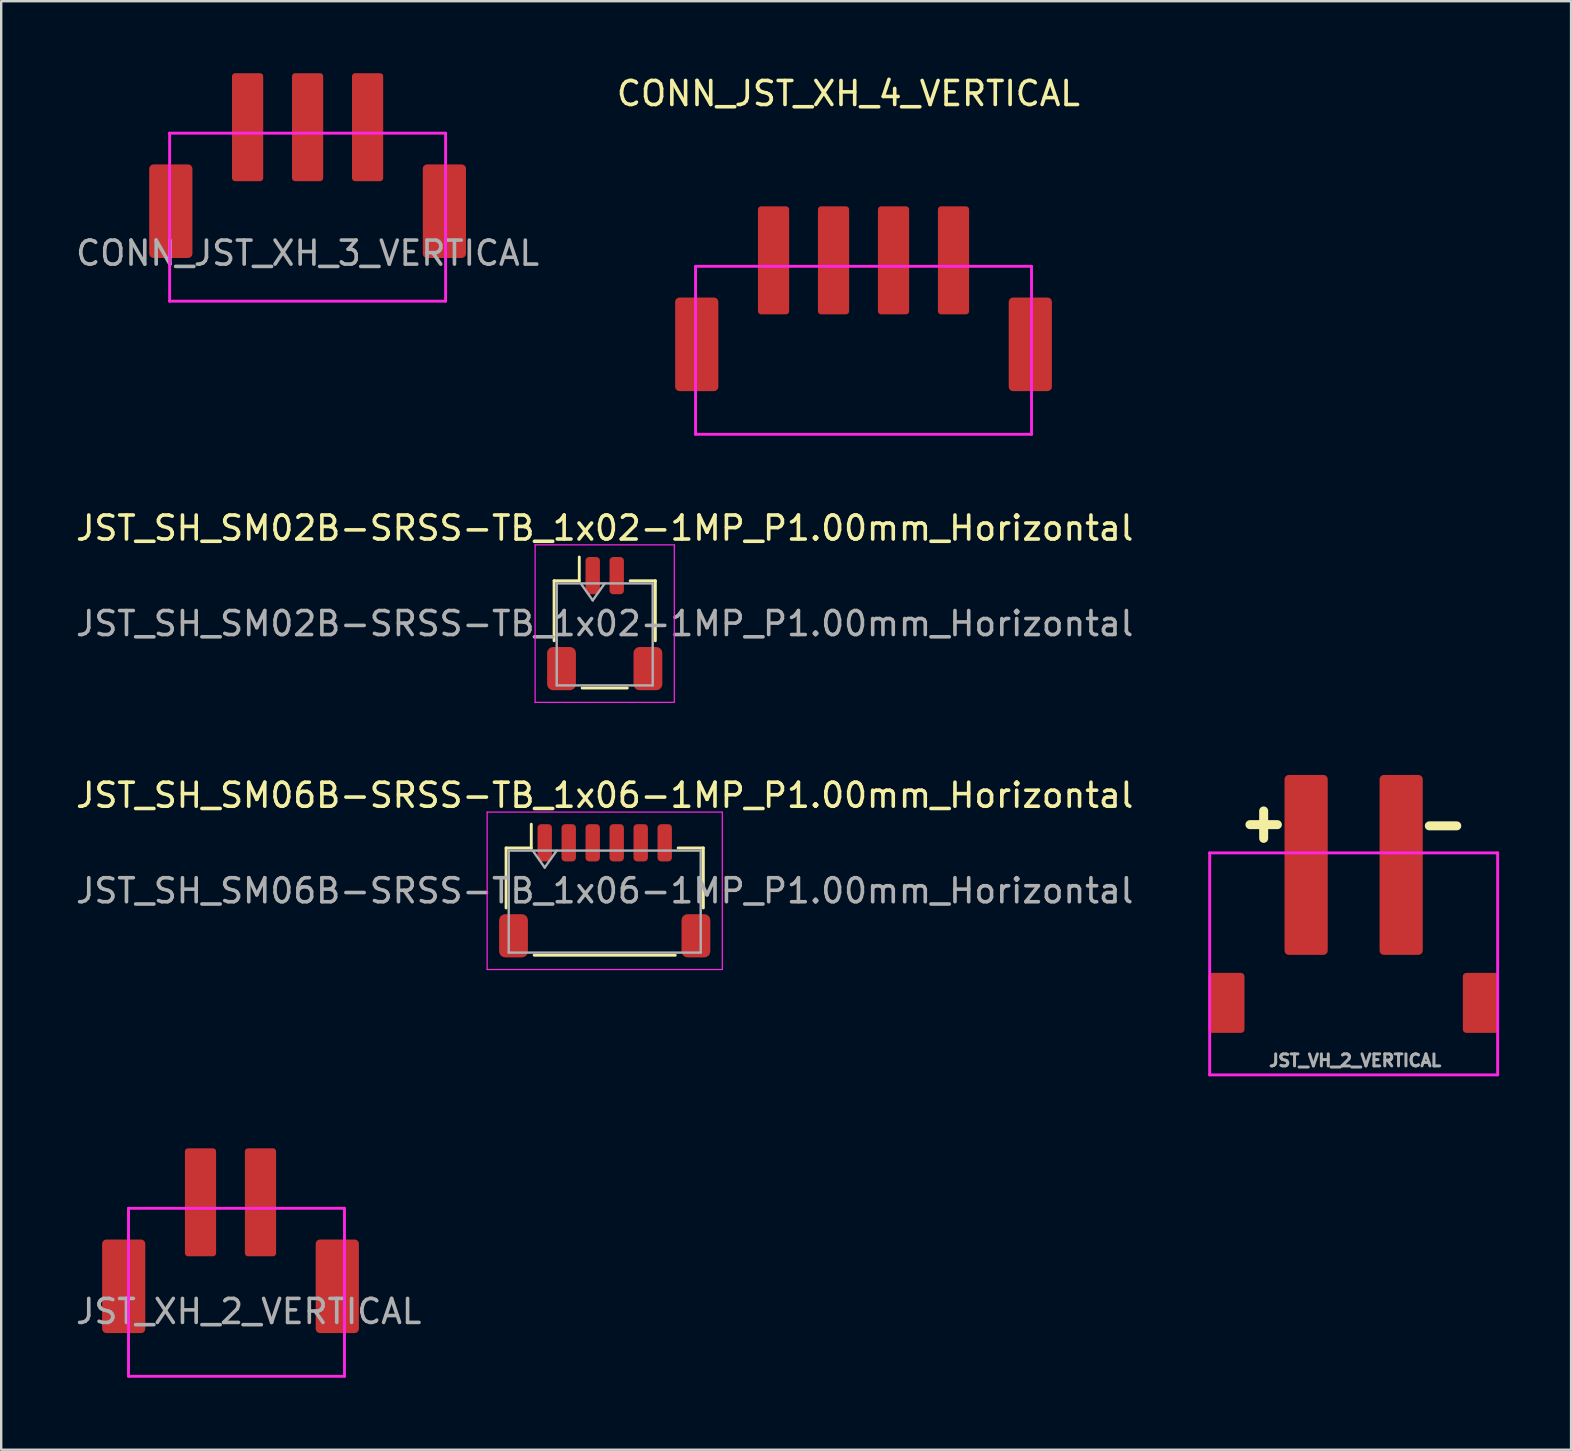
<source format=kicad_pcb>
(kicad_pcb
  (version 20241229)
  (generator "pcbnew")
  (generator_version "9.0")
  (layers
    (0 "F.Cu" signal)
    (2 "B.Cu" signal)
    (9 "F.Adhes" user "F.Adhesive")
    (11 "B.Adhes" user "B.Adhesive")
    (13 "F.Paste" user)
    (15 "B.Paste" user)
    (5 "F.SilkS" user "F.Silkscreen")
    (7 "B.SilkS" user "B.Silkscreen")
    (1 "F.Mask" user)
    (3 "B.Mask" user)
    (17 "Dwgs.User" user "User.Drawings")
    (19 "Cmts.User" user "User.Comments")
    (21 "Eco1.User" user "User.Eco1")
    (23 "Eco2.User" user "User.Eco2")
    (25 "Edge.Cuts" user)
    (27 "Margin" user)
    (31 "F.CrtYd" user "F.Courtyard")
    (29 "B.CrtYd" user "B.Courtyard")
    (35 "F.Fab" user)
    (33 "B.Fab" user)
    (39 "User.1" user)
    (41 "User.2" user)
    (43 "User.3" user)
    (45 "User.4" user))
  (footprint "JST_VH_2_VERTICAL"
    (layer "F.Cu")
    (at 53.358 37.111)
    (property "Reference" "JST_VH_2_VERTICAL" (at 0.06 4.03 0) (layer "F.Fab") (effects (font (size 0.5 0.5) (thickness 0.125))))
    (attr through_hole)
    (fp_line (start -6 -4.62) (end 6 -4.62) (stroke (width 0.12) (type solid)) (layer "F.CrtYd"))
    (fp_line (start -6 4.63) (end -6 -4.62) (stroke (width 0.12) (type solid)) (layer "F.CrtYd"))
    (fp_line (start 6 4.63) (end -6 4.63) (stroke (width 0.12) (type solid)) (layer "F.CrtYd"))
    (fp_line (start 6 4.63) (end 6 -4.62) (stroke (width 0.12) (type solid)) (layer "F.CrtYd"))
    (fp_text user "+" (at -3.75 -5.9 0) (layer "F.SilkS") (effects (font (size 1.5 1.5) (thickness 0.375))))
    (fp_text user "-" (at 3.725 -5.85 0) (layer "F.SilkS") (effects (font (size 1.5 1.5) (thickness 0.375))))
    (pad "1" smd roundrect (at -1.98 -4.12) (size 1.8 7.5) (layers "F.Cu" "F.Mask" "F.Paste") (roundrect_rratio 0.1))
    (pad "2" smd roundrect (at 1.98 -4.12) (size 1.8 7.5) (layers "F.Cu" "F.Mask" "F.Paste") (roundrect_rratio 0.1))
    (pad "MP" smd roundrect (at -5.3 1.63) (size 1.5 2.5) (layers "F.Cu" "F.Mask" "F.Paste") (roundrect_rratio 0.1))
    (pad "MP" smd roundrect (at 5.3 1.63) (size 1.5 2.5) (layers "F.Cu" "F.Mask" "F.Paste") (roundrect_rratio 0.1)))
  (footprint "CONN_JST_XH_3_VERTICAL"
    (layer "F.Cu")
    (at 9.768 7.5)
    (property "Reference" "CONN_JST_XH_3_VERTICAL" (at 0 0 180) (layer "F.Fab") (effects (font (size 1 1) (thickness 0.15))))
    (attr through_hole)
    (fp_line (start -5.75 -5) (end 5.75 -5) (stroke (width 0.12) (type solid)) (layer "F.CrtYd"))
    (fp_line (start -5.75 2) (end -5.75 -5) (stroke (width 0.12) (type solid)) (layer "F.CrtYd"))
    (fp_line (start 5.75 2) (end -5.75 2) (stroke (width 0.12) (type solid)) (layer "F.CrtYd"))
    (fp_line (start 5.75 2) (end 5.75 -5) (stroke (width 0.12) (type solid)) (layer "F.CrtYd"))
    (pad "1" smd roundrect (at 2.5 -5.25) (size 1.3 4.5) (layers "F.Cu" "F.Mask" "F.Paste") (roundrect_rratio 0.1))
    (pad "2" smd roundrect (at 0 -5.25) (size 1.3 4.5) (layers "F.Cu" "F.Mask" "F.Paste") (roundrect_rratio 0.1))
    (pad "3" smd roundrect (at -2.5 -5.25) (size 1.3 4.5) (layers "F.Cu" "F.Mask" "F.Paste") (roundrect_rratio 0.1))
    (pad "MP" smd roundrect (at -5.7 -1.75) (size 1.8 3.9) (layers "F.Cu" "F.Mask" "F.Paste") (roundrect_rratio 0.1))
    (pad "MP" smd roundrect (at 5.7 -1.75) (size 1.8 3.9) (layers "F.Cu" "F.Mask" "F.Paste") (roundrect_rratio 0.1)))
  (footprint "CONN_JST_XH_4_VERTICAL"
    (layer "F.Cu")
    (at 32.934 13.048)
    (property "Reference" "CONN_JST_XH_4_VERTICAL" (at -0.63 -12.2 180) (layer "F.SilkS") (effects (font (size 1 1) (thickness 0.15))))
    (attr through_hole)
    (fp_line (start -7 -5) (end 7 -5) (stroke (width 0.12) (type solid)) (layer "F.CrtYd"))
    (fp_line (start -7 2) (end -7 -5) (stroke (width 0.12) (type solid)) (layer "F.CrtYd"))
    (fp_line (start 7 2) (end -7 2) (stroke (width 0.12) (type solid)) (layer "F.CrtYd"))
    (fp_line (start 7 2) (end 7 -5) (stroke (width 0.12) (type solid)) (layer "F.CrtYd"))
    (pad "1" smd roundrect (at 3.75 -5.25) (size 1.3 4.5) (layers "F.Cu" "F.Mask" "F.Paste") (roundrect_rratio 0.1))
    (pad "2" smd roundrect (at 1.25 -5.25) (size 1.3 4.5) (layers "F.Cu" "F.Mask" "F.Paste") (roundrect_rratio 0.1))
    (pad "3" smd roundrect (at -1.25 -5.25) (size 1.3 4.5) (layers "F.Cu" "F.Mask" "F.Paste") (roundrect_rratio 0.1))
    (pad "4" smd roundrect (at -3.75 -5.25) (size 1.3 4.5) (layers "F.Cu" "F.Mask" "F.Paste") (roundrect_rratio 0.1))
    (pad "MP" smd roundrect (at -6.95 -1.75) (size 1.8 3.9) (layers "F.Cu" "F.Mask" "F.Paste") (roundrect_rratio 0.1))
    (pad "MP" smd roundrect (at 6.95 -1.75) (size 1.8 3.9) (layers "F.Cu" "F.Mask" "F.Paste") (roundrect_rratio 0.1)))
  (footprint "JST_XH_2_VERTICAL"
    (layer "F.Cu")
    (at 6.555 52.301)
    (property "Reference" "JST_XH_2_VERTICAL" (at 0.76 -0.7 0) (layer "F.Fab") (effects (font (size 1 1) (thickness 0.15))))
    (attr through_hole)
    (fp_line (start -4.25 -5) (end 4.75 -5) (stroke (width 0.12) (type solid)) (layer "F.CrtYd"))
    (fp_line (start -4.25 2) (end -4.25 -5) (stroke (width 0.12) (type solid)) (layer "F.CrtYd"))
    (fp_line (start 4.75 2) (end -4.25 2) (stroke (width 0.12) (type solid)) (layer "F.CrtYd"))
    (fp_line (start 4.75 2) (end 4.75 -5) (stroke (width 0.12) (type solid)) (layer "F.CrtYd"))
    (pad "1" smd roundrect (at 1.25 -5.25) (size 1.3 4.5) (layers "F.Cu" "F.Mask" "F.Paste") (roundrect_rratio 0.1))
    (pad "2" smd roundrect (at -1.25 -5.25) (size 1.3 4.5) (layers "F.Cu" "F.Mask" "F.Paste") (roundrect_rratio 0.1))
    (pad "MP" smd roundrect (at -4.45 -1.75) (size 1.8 3.9) (layers "F.Cu" "F.Mask" "F.Paste") (roundrect_rratio 0.1))
    (pad "MP" smd roundrect (at 4.45 -1.75) (size 1.8 3.9) (layers "F.Cu" "F.Mask" "F.Paste") (roundrect_rratio 0.1)))
  (footprint "JST_SH_SM06B-SRSS-TB_1x06-1MP_P1.00mm_Horizontal"
    (layer "F.Cu")
    (at 22.149 34.07)
    (property "Reference" "JST_SH_SM06B-SRSS-TB_1x06-1MP_P1.00mm_Horizontal" (at 0 -3.98 0) (layer "F.SilkS") (effects (font (size 1 1) (thickness 0.15))))
    (attr smd)
    (fp_line (start -4.11 -1.785) (end -3.06 -1.785) (stroke (width 0.12) (type solid)) (layer "F.SilkS"))
    (fp_line (start -4.11 0.715) (end -4.11 -1.785) (stroke (width 0.12) (type solid)) (layer "F.SilkS"))
    (fp_line (start -3.06 -1.785) (end -3.06 -2.775) (stroke (width 0.12) (type solid)) (layer "F.SilkS"))
    (fp_line (start -2.94 2.685) (end 2.94 2.685) (stroke (width 0.12) (type solid)) (layer "F.SilkS"))
    (fp_line (start 4.11 -1.785) (end 3.06 -1.785) (stroke (width 0.12) (type solid)) (layer "F.SilkS"))
    (fp_line (start 4.11 0.715) (end 4.11 -1.785) (stroke (width 0.12) (type solid)) (layer "F.SilkS"))
    (fp_line (start -4.9 -3.28) (end -4.9 3.28) (stroke (width 0.05) (type solid)) (layer "F.CrtYd"))
    (fp_line (start -4.9 3.28) (end 4.9 3.28) (stroke (width 0.05) (type solid)) (layer "F.CrtYd"))
    (fp_line (start 4.9 -3.28) (end -4.9 -3.28) (stroke (width 0.05) (type solid)) (layer "F.CrtYd"))
    (fp_line (start 4.9 3.28) (end 4.9 -3.28) (stroke (width 0.05) (type solid)) (layer "F.CrtYd"))
    (fp_line (start -4 -1.675) (end -4 2.575) (stroke (width 0.1) (type solid)) (layer "F.Fab"))
    (fp_line (start -4 -1.675) (end 4 -1.675) (stroke (width 0.1) (type solid)) (layer "F.Fab"))
    (fp_line (start -4 2.575) (end 4 2.575) (stroke (width 0.1) (type solid)) (layer "F.Fab"))
    (fp_line (start -3 -1.675) (end -2.5 -0.968) (stroke (width 0.1) (type solid)) (layer "F.Fab"))
    (fp_line (start -2.5 -0.968) (end -2 -1.675) (stroke (width 0.1) (type solid)) (layer "F.Fab"))
    (fp_line (start 4 -1.675) (end 4 2.575) (stroke (width 0.1) (type solid)) (layer "F.Fab"))
    (fp_text user "${REFERENCE}" (at 0 0 0) (layer "F.Fab") (effects (font (size 1 1) (thickness 0.15))))
    (pad "1" smd roundrect (at -2.5 -2) (size 0.6 1.55) (layers "F.Cu" "F.Mask" "F.Paste") (roundrect_rratio 0.25))
    (pad "2" smd roundrect (at -1.5 -2) (size 0.6 1.55) (layers "F.Cu" "F.Mask" "F.Paste") (roundrect_rratio 0.25))
    (pad "3" smd roundrect (at -0.5 -2) (size 0.6 1.55) (layers "F.Cu" "F.Mask" "F.Paste") (roundrect_rratio 0.25))
    (pad "4" smd roundrect (at 0.5 -2) (size 0.6 1.55) (layers "F.Cu" "F.Mask" "F.Paste") (roundrect_rratio 0.25))
    (pad "5" smd roundrect (at 1.5 -2) (size 0.6 1.55) (layers "F.Cu" "F.Mask" "F.Paste") (roundrect_rratio 0.25))
    (pad "6" smd roundrect (at 2.5 -2) (size 0.6 1.55) (layers "F.Cu" "F.Mask" "F.Paste") (roundrect_rratio 0.25))
    (pad "MP" smd roundrect (at -3.8 1.875) (size 1.2 1.8) (layers "F.Cu" "F.Mask" "F.Paste") (roundrect_rratio 0.208))
    (pad "MP" smd roundrect (at 3.8 1.875) (size 1.2 1.8) (layers "F.Cu" "F.Mask" "F.Paste") (roundrect_rratio 0.208)))
  (footprint "JST_SH_SM02B-SRSS-TB_1x02-1MP_P1.00mm_Horizontal"
    (layer "F.Cu")
    (at 22.149 22.936)
    (property "Reference" "JST_SH_SM02B-SRSS-TB_1x02-1MP_P1.00mm_Horizontal" (at 0 -3.98 0) (layer "F.SilkS") (effects (font (size 1 1) (thickness 0.15))))
    (attr smd)
    (fp_line (start -2.11 -1.785) (end -1.06 -1.785) (stroke (width 0.12) (type solid)) (layer "F.SilkS"))
    (fp_line (start -2.11 0.715) (end -2.11 -1.785) (stroke (width 0.12) (type solid)) (layer "F.SilkS"))
    (fp_line (start -1.06 -1.785) (end -1.06 -2.775) (stroke (width 0.12) (type solid)) (layer "F.SilkS"))
    (fp_line (start -0.94 2.685) (end 0.94 2.685) (stroke (width 0.12) (type solid)) (layer "F.SilkS"))
    (fp_line (start 2.11 -1.785) (end 1.06 -1.785) (stroke (width 0.12) (type solid)) (layer "F.SilkS"))
    (fp_line (start 2.11 0.715) (end 2.11 -1.785) (stroke (width 0.12) (type solid)) (layer "F.SilkS"))
    (fp_line (start -2.9 -3.28) (end -2.9 3.28) (stroke (width 0.05) (type solid)) (layer "F.CrtYd"))
    (fp_line (start -2.9 3.28) (end 2.9 3.28) (stroke (width 0.05) (type solid)) (layer "F.CrtYd"))
    (fp_line (start 2.9 -3.28) (end -2.9 -3.28) (stroke (width 0.05) (type solid)) (layer "F.CrtYd"))
    (fp_line (start 2.9 3.28) (end 2.9 -3.28) (stroke (width 0.05) (type solid)) (layer "F.CrtYd"))
    (fp_line (start -2 -1.675) (end -2 2.575) (stroke (width 0.1) (type solid)) (layer "F.Fab"))
    (fp_line (start -2 -1.675) (end 2 -1.675) (stroke (width 0.1) (type solid)) (layer "F.Fab"))
    (fp_line (start -2 2.575) (end 2 2.575) (stroke (width 0.1) (type solid)) (layer "F.Fab"))
    (fp_line (start -1 -1.675) (end -0.5 -0.968) (stroke (width 0.1) (type solid)) (layer "F.Fab"))
    (fp_line (start -0.5 -0.968) (end 0 -1.675) (stroke (width 0.1) (type solid)) (layer "F.Fab"))
    (fp_line (start 2 -1.675) (end 2 2.575) (stroke (width 0.1) (type solid)) (layer "F.Fab"))
    (fp_text user "${REFERENCE}" (at 0 0 0) (layer "F.Fab") (effects (font (size 1 1) (thickness 0.15))))
    (pad "1" smd roundrect (at -0.5 -2) (size 0.6 1.55) (layers "F.Cu" "F.Mask" "F.Paste") (roundrect_rratio 0.25))
    (pad "2" smd roundrect (at 0.5 -2) (size 0.6 1.55) (layers "F.Cu" "F.Mask" "F.Paste") (roundrect_rratio 0.25))
    (pad "MP" smd roundrect (at -1.8 1.875) (size 1.2 1.8) (layers "F.Cu" "F.Mask" "F.Paste") (roundrect_rratio 0.208))
    (pad "MP" smd roundrect (at 1.8 1.875) (size 1.2 1.8) (layers "F.Cu" "F.Mask" "F.Paste") (roundrect_rratio 0.208)))
  (gr_rect
    (start -3 -3)
    (end 62.418 57.361)
    (stroke (width 0.1) (type default))
    (fill no)
    (layer "Edge.Cuts")))
</source>
